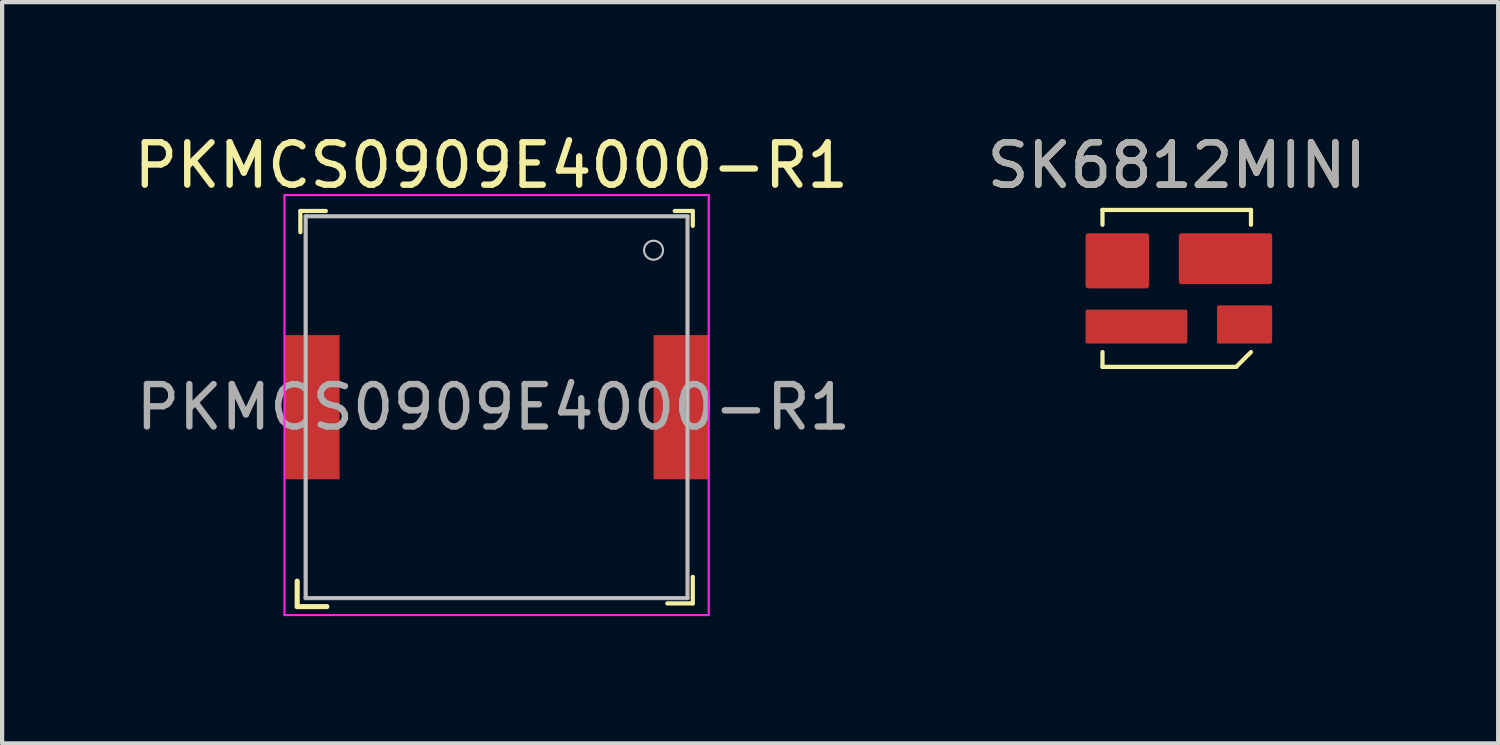
<source format=kicad_pcb>
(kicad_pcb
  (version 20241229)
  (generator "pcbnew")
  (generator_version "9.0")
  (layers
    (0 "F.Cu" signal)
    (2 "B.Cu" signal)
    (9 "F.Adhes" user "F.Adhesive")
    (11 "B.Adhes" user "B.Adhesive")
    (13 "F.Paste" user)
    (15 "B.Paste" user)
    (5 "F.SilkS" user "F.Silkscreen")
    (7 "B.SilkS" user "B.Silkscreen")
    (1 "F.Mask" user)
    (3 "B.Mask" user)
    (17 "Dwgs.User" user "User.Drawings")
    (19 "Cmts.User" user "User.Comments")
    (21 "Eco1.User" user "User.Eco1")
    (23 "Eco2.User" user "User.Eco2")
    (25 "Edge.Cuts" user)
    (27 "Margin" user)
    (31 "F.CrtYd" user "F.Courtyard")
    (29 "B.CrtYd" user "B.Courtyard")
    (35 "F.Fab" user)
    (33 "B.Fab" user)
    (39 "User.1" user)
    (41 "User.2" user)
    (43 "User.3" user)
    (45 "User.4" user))
  (footprint "SK6812MINI"
    (layer "F.Cu")
    (at 24.687 3.748)
    (property "Reference" "SK6812MINI" (at 0 -2.9 0) (unlocked yes) (layer "F.SilkS") (effects (font (size 1 1) (thickness 0.15))))
    (attr smd)
    (fp_line (start -1.75 -1.85) (end 1.75 -1.85) (stroke (width 0.1) (type solid)) (layer "F.SilkS"))
    (fp_line (start -1.75 -1.5) (end -1.75 -1.85) (stroke (width 0.1) (type solid)) (layer "F.SilkS"))
    (fp_line (start -1.75 1.85) (end -1.75 1.5) (stroke (width 0.1) (type solid)) (layer "F.SilkS"))
    (fp_line (start 1.4 1.85) (end -1.75 1.85) (stroke (width 0.1) (type solid)) (layer "F.SilkS"))
    (fp_line (start 1.75 -1.85) (end 1.75 -1.5) (stroke (width 0.1) (type solid)) (layer "F.SilkS"))
    (fp_line (start 1.75 1.5) (end 1.4 1.85) (stroke (width 0.1) (type solid)) (layer "F.SilkS"))
    (fp_text user "${REFERENCE}" (at 0 -2.9 0) (unlocked yes) (layer "F.Fab") (effects (font (size 1 1) (thickness 0.15))))
    (pad "1" smd roundrect (at 1.6 0.85) (size 1.3 0.9) (layers "F.Cu" "F.Mask" "F.Paste") (roundrect_rratio 0.05))
    (pad "2" smd roundrect (at 1.15 -0.7) (size 2.2 1.2) (layers "F.Cu" "F.Mask" "F.Paste") (roundrect_rratio 0.05))
    (pad "3" smd roundrect (at -1.4 -0.65) (size 1.5 1.3) (layers "F.Cu" "F.Mask" "F.Paste") (roundrect_rratio 0.05))
    (pad "4" smd roundrect (at -0.95 0.9) (size 2.4 0.8) (layers "F.Cu" "F.Mask" "F.Paste") (roundrect_rratio 0.05)))
  (footprint "PKMCS0909E4000-R1"
    (layer "F.Cu")
    (at 8.655 6.548)
    (property "Reference" "PKMCS0909E4000-R1" (at -0.125 -5.7 0) (layer "F.SilkS") (effects (font (size 1 1) (thickness 0.15))))
    (attr smd)
    (fp_line (start -4.7 4.1) (end -4.7 4.7) (stroke (width 0.12) (type solid)) (layer "F.SilkS"))
    (fp_line (start -4.7 4.7) (end -4 4.7) (stroke (width 0.12) (type solid)) (layer "F.SilkS"))
    (fp_line (start -4.625 -4.625) (end -4.625 -4.125) (stroke (width 0.1) (type solid)) (layer "F.SilkS"))
    (fp_line (start -4.025 -4.625) (end -4.625 -4.625) (stroke (width 0.1) (type solid)) (layer "F.SilkS"))
    (fp_line (start 4.2 -4.625) (end 4.625 -4.625) (stroke (width 0.1) (type solid)) (layer "F.SilkS"))
    (fp_line (start 4.625 -4.625) (end 4.625 -4.275) (stroke (width 0.1) (type solid)) (layer "F.SilkS"))
    (fp_line (start 4.625 4) (end 4.625 4.625) (stroke (width 0.1) (type solid)) (layer "F.SilkS"))
    (fp_line (start 4.625 4.625) (end 4.025 4.625) (stroke (width 0.1) (type solid)) (layer "F.SilkS"))
    (fp_rect (start -4.5 -4.5) (end 4.5 4.5) (stroke (width 0.05) (type solid)) (fill no) (layer "Dwgs.User"))
    (fp_circle (center 3.7 -3.7) (end 3.924 -3.7) (stroke (width 0.05) (type solid)) (fill no) (layer "Dwgs.User"))
    (fp_line (start -5 -5) (end -5 4.9) (stroke (width 0.05) (type solid)) (layer "F.CrtYd"))
    (fp_line (start -5 -5) (end 5 -5) (stroke (width 0.05) (type solid)) (layer "F.CrtYd"))
    (fp_line (start 5 -5) (end 5 4.9) (stroke (width 0.05) (type solid)) (layer "F.CrtYd"))
    (fp_line (start 5 4.9) (end -5 4.9) (stroke (width 0.05) (type solid)) (layer "F.CrtYd"))
    (fp_line (start -4.5 -4.5) (end 4.5 -4.5) (stroke (width 0.1) (type solid)) (layer "F.Fab"))
    (fp_line (start -4.5 4.5) (end -4.5 -4.5) (stroke (width 0.1) (type solid)) (layer "F.Fab"))
    (fp_line (start -4.5 4.5) (end 4.5 4.5) (stroke (width 0.1) (type solid)) (layer "F.Fab"))
    (fp_line (start 4.5 -4.5) (end 4.5 4.5) (stroke (width 0.1) (type solid)) (layer "F.Fab"))
    (fp_text user "${REFERENCE}" (at -0.075 0 0) (layer "F.Fab") (effects (font (size 1 1) (thickness 0.15))))
    (pad "1" smd rect (at -4.35 0) (size 1.3 3.4) (layers "F.Cu" "F.Mask" "F.Paste"))
    (pad "2" smd rect (at 4.35 0) (size 1.3 3.4) (layers "F.Cu" "F.Mask" "F.Paste")))
  (gr_rect
    (start -3 -3)
    (end 32.264 14.473)
    (stroke (width 0.1) (type default))
    (fill no)
    (layer "Edge.Cuts")))
</source>
